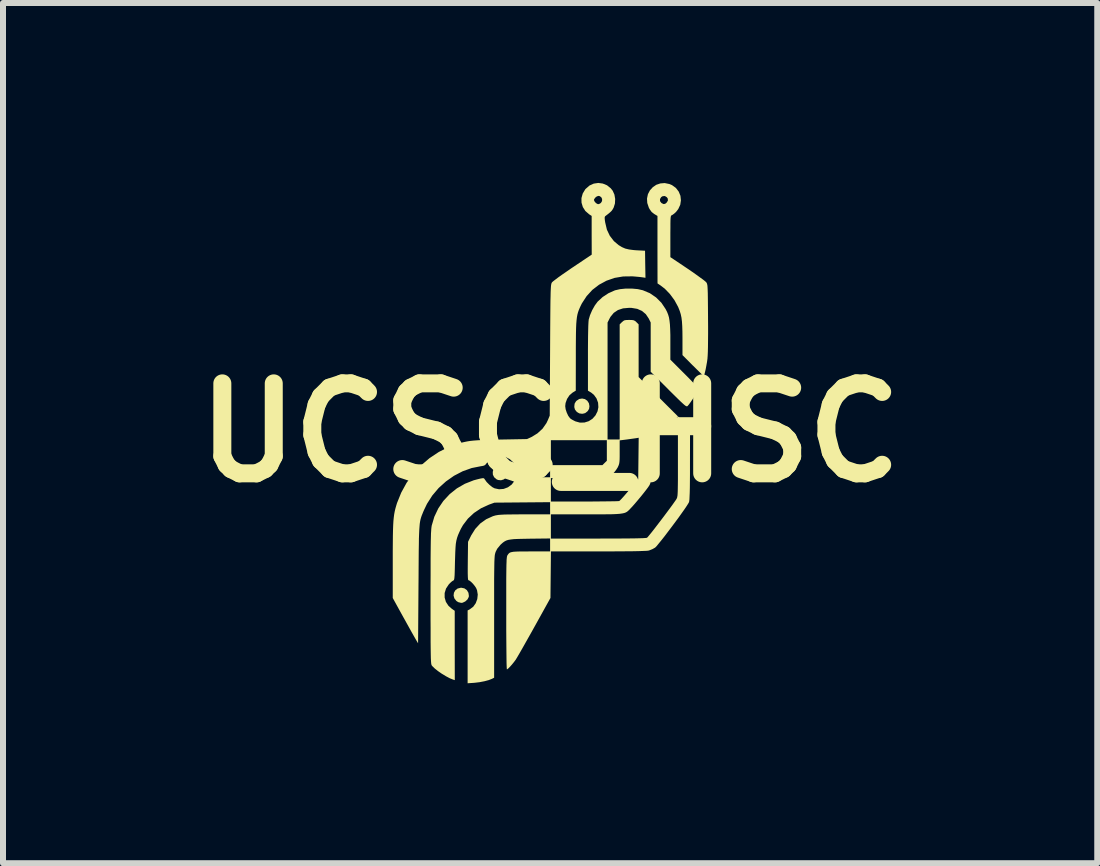
<source format=kicad_pcb>
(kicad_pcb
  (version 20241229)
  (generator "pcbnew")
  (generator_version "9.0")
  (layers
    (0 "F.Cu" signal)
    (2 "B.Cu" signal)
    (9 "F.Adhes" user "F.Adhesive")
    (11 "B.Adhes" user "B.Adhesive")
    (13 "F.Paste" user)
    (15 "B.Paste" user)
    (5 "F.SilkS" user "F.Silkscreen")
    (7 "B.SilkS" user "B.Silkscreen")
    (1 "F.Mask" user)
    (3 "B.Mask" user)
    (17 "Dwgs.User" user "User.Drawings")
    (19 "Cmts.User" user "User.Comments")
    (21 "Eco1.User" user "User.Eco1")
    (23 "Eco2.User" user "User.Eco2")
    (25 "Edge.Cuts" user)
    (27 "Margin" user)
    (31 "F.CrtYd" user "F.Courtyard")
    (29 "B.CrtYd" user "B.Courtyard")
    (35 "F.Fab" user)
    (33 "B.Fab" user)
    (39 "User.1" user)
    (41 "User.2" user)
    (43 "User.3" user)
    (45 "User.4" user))
  (footprint "UCSC_HSC"
    (layer "F.Cu")
    (at 6.121 4.163)
    (property "Reference" "UCSC_HSC" (at 0 0 0) (layer "F.SilkS") (effects (font (size 1.5 1.5) (thickness 0.3))))
    (attr board_only exclude_from_pos_files exclude_from_bom)
    (fp_poly (pts (xy -1.429 2.596) (xy -1.387 2.626) (xy -1.361 2.67) (xy -1.354 2.721) (xy -1.356 2.739) (xy -1.377 2.78) (xy -1.414 2.814) (xy -1.458 2.835) (xy -1.482 2.838) (xy -1.531 2.826) (xy -1.562 2.806) (xy -1.596 2.763) (xy -1.609 2.716) (xy -1.603 2.669) (xy -1.58 2.628) (xy -1.542 2.599) (xy -1.49 2.586) (xy -1.482 2.585)) (stroke (width 0) (type solid)) (fill yes) (layer "F.SilkS"))
    (fp_poly (pts (xy -0.79 0.548) (xy -0.756 0.567) (xy -0.743 0.579) (xy -0.713 0.623) (xy -0.704 0.67) (xy -0.714 0.714) (xy -0.738 0.752) (xy -0.773 0.78) (xy -0.818 0.794) (xy -0.867 0.789) (xy -0.894 0.777) (xy -0.933 0.743) (xy -0.954 0.7) (xy -0.956 0.654) (xy -0.943 0.609) (xy -0.914 0.572) (xy -0.872 0.548) (xy -0.833 0.542)) (stroke (width 0) (type solid)) (fill yes) (layer "F.SilkS"))
    (fp_poly (pts (xy 0.581 -0.559) (xy 0.62 -0.532) (xy 0.647 -0.49) (xy 0.656 -0.441) (xy 0.65 -0.398) (xy 0.631 -0.365) (xy 0.619 -0.352) (xy 0.585 -0.326) (xy 0.547 -0.316) (xy 0.53 -0.315) (xy 0.487 -0.321) (xy 0.453 -0.341) (xy 0.44 -0.352) (xy 0.414 -0.386) (xy 0.404 -0.424) (xy 0.404 -0.441) (xy 0.409 -0.484) (xy 0.429 -0.518) (xy 0.44 -0.531) (xy 0.485 -0.561) (xy 0.534 -0.569)) (stroke (width 0) (type solid)) (fill yes) (layer "F.SilkS"))
    (fp_poly (pts (xy 1.989 -4.145) (xy 2.032 -4.127) (xy 2.097 -4.08) (xy 2.144 -4.019) (xy 2.173 -3.949) (xy 2.181 -3.874) (xy 2.17 -3.799) (xy 2.137 -3.728) (xy 2.098 -3.678) (xy 2.067 -3.65) (xy 2.039 -3.63) (xy 2.029 -3.625) (xy 2.022 -3.622) (xy 2.016 -3.614) (xy 2.012 -3.6) (xy 2.009 -3.576) (xy 2.007 -3.54) (xy 2.006 -3.488) (xy 2.006 -3.419) (xy 2.005 -3.328) (xy 2.005 -3.272) (xy 2.005 -2.926) (xy 2.292 -2.734) (xy 2.368 -2.682) (xy 2.439 -2.632) (xy 2.501 -2.587) (xy 2.552 -2.55) (xy 2.587 -2.522) (xy 2.604 -2.506) (xy 2.61 -2.496) (xy 2.615 -2.486) (xy 2.619 -2.471) (xy 2.623 -2.45) (xy 2.625 -2.42) (xy 2.627 -2.38) (xy 2.629 -2.326) (xy 2.63 -2.257) (xy 2.631 -2.169) (xy 2.632 -2.062) (xy 2.633 -1.933) (xy 2.633 -1.907) (xy 2.634 -1.771) (xy 2.634 -1.645) (xy 2.633 -1.53) (xy 2.632 -1.43) (xy 2.63 -1.346) (xy 2.627 -1.282) (xy 2.624 -1.24) (xy 2.624 -1.236) (xy 2.616 -1.178) (xy 2.605 -1.117) (xy 2.594 -1.058) (xy 2.582 -1.007) (xy 2.572 -0.969) (xy 2.563 -0.948) (xy 2.561 -0.946) (xy 2.55 -0.954) (xy 2.524 -0.978) (xy 2.487 -1.014) (xy 2.44 -1.06) (xy 2.387 -1.113) (xy 2.38 -1.119) (xy 2.207 -1.293) (xy 2.207 -1.57) (xy 2.206 -1.685) (xy 2.203 -1.778) (xy 2.198 -1.855) (xy 2.19 -1.919) (xy 2.178 -1.975) (xy 2.162 -2.027) (xy 2.141 -2.08) (xy 2.134 -2.097) (xy 2.073 -2.209) (xy 1.997 -2.312) (xy 1.912 -2.4) (xy 1.84 -2.455) (xy 1.791 -2.488) (xy 1.79 -3.051) (xy 1.79 -3.613) (xy 1.735 -3.646) (xy 1.693 -3.679) (xy 1.66 -3.725) (xy 1.646 -3.751) (xy 1.62 -3.829) (xy 1.616 -3.894) (xy 1.832 -3.894) (xy 1.833 -3.859) (xy 1.856 -3.829) (xy 1.857 -3.828) (xy 1.891 -3.811) (xy 1.918 -3.815) (xy 1.942 -3.834) (xy 1.964 -3.868) (xy 1.962 -3.902) (xy 1.947 -3.924) (xy 1.914 -3.945) (xy 1.876 -3.942) (xy 1.852 -3.927) (xy 1.832 -3.894) (xy 1.616 -3.894) (xy 1.616 -3.905) (xy 1.631 -3.976) (xy 1.664 -4.039) (xy 1.712 -4.092) (xy 1.77 -4.132) (xy 1.838 -4.155) (xy 1.911 -4.161)) (stroke (width 0) (type solid)) (fill yes) (layer "F.SilkS"))
    (fp_poly (pts (xy 0.878 -4.153) (xy 0.949 -4.124) (xy 1.011 -4.074) (xy 1.043 -4.034) (xy 1.072 -3.97) (xy 1.085 -3.896) (xy 1.081 -3.82) (xy 1.06 -3.753) (xy 1.043 -3.722) (xy 1.025 -3.697) (xy 0.999 -3.672) (xy 0.961 -3.641) (xy 0.935 -3.621) (xy 0.919 -3.609) (xy 0.911 -3.595) (xy 0.91 -3.574) (xy 0.913 -3.54) (xy 0.919 -3.503) (xy 0.947 -3.384) (xy 0.996 -3.281) (xy 1.064 -3.193) (xy 1.142 -3.127) (xy 1.198 -3.093) (xy 1.253 -3.069) (xy 1.316 -3.054) (xy 1.392 -3.044) (xy 1.444 -3.04) (xy 1.583 -3.033) (xy 1.586 -2.808) (xy 1.59 -2.582) (xy 1.536 -2.59) (xy 1.498 -2.595) (xy 1.445 -2.6) (xy 1.386 -2.605) (xy 1.368 -2.606) (xy 1.218 -2.604) (xy 1.075 -2.58) (xy 0.94 -2.533) (xy 0.816 -2.466) (xy 0.704 -2.38) (xy 0.609 -2.276) (xy 0.53 -2.155) (xy 0.511 -2.117) (xy 0.493 -2.078) (xy 0.478 -2.042) (xy 0.465 -2.005) (xy 0.455 -1.967) (xy 0.447 -1.923) (xy 0.441 -1.872) (xy 0.436 -1.811) (xy 0.433 -1.737) (xy 0.431 -1.648) (xy 0.43 -1.541) (xy 0.429 -1.414) (xy 0.429 -1.274) (xy 0.428 -0.7) (xy 0.374 -0.667) (xy 0.323 -0.623) (xy 0.283 -0.563) (xy 0.258 -0.494) (xy 0.252 -0.442) (xy 0.259 -0.39) (xy 0.278 -0.333) (xy 0.303 -0.28) (xy 0.332 -0.241) (xy 0.336 -0.237) (xy 0.362 -0.219) (xy 0.4 -0.199) (xy 0.422 -0.188) (xy 0.498 -0.167) (xy 0.573 -0.169) (xy 0.644 -0.191) (xy 0.706 -0.231) (xy 0.756 -0.287) (xy 0.791 -0.356) (xy 0.805 -0.424) (xy 0.8 -0.499) (xy 0.774 -0.57) (xy 0.731 -0.63) (xy 0.686 -0.667) (xy 0.631 -0.7) (xy 0.631 -1.256) (xy 0.631 -1.387) (xy 0.632 -1.508) (xy 0.633 -1.616) (xy 0.635 -1.71) (xy 0.637 -1.786) (xy 0.64 -1.842) (xy 0.643 -1.876) (xy 0.643 -1.881) (xy 0.665 -1.957) (xy 0.701 -2.041) (xy 0.746 -2.121) (xy 0.795 -2.187) (xy 0.796 -2.187) (xy 0.876 -2.261) (xy 0.972 -2.324) (xy 1.077 -2.371) (xy 1.082 -2.373) (xy 1.165 -2.392) (xy 1.261 -2.402) (xy 1.364 -2.402) (xy 1.462 -2.393) (xy 1.546 -2.374) (xy 1.663 -2.325) (xy 1.767 -2.254) (xy 1.856 -2.165) (xy 1.926 -2.06) (xy 1.927 -2.058) (xy 1.95 -2.013) (xy 1.968 -1.968) (xy 1.982 -1.92) (xy 1.991 -1.866) (xy 1.998 -1.802) (xy 2.002 -1.723) (xy 2.005 -1.627) (xy 2.005 -1.52) (xy 2.005 -1.217) (xy 2.24 -0.982) (xy 2.312 -0.91) (xy 2.367 -0.853) (xy 2.408 -0.81) (xy 2.437 -0.778) (xy 2.456 -0.754) (xy 2.465 -0.737) (xy 2.468 -0.724) (xy 2.467 -0.716) (xy 2.457 -0.691) (xy 2.435 -0.652) (xy 2.406 -0.604) (xy 2.373 -0.553) (xy 2.341 -0.506) (xy 2.313 -0.468) (xy 2.292 -0.444) (xy 2.29 -0.442) (xy 2.283 -0.439) (xy 2.273 -0.44) (xy 2.259 -0.447) (xy 2.238 -0.463) (xy 2.21 -0.488) (xy 2.171 -0.524) (xy 2.12 -0.574) (xy 2.055 -0.638) (xy 1.974 -0.718) (xy 1.973 -0.72) (xy 1.677 -1.015) (xy 1.677 -1.426) (xy 1.677 -1.836) (xy 1.645 -1.902) (xy 1.596 -1.975) (xy 1.532 -2.029) (xy 1.453 -2.064) (xy 1.357 -2.08) (xy 1.318 -2.081) (xy 1.216 -2.072) (xy 1.131 -2.044) (xy 1.061 -1.997) (xy 1.007 -1.931) (xy 0.991 -1.902) (xy 0.958 -1.836) (xy 0.958 -0.861) (xy 0.958 0.114) (xy 1.059 0.114) (xy 1.16 0.114) (xy 1.16 -0.846) (xy 1.16 -1.805) (xy 1.197 -1.842) (xy 1.22 -1.862) (xy 1.243 -1.874) (xy 1.274 -1.878) (xy 1.318 -1.879) (xy 1.365 -1.878) (xy 1.395 -1.873) (xy 1.418 -1.861) (xy 1.439 -1.842) (xy 1.476 -1.805) (xy 1.476 -1.366) (xy 1.476 -0.927) (xy 1.904 -0.498) (xy 2.333 -0.07) (xy 2.332 0.523) (xy 2.332 0.676) (xy 2.331 0.806) (xy 2.33 0.913) (xy 2.328 0.999) (xy 2.325 1.065) (xy 2.323 1.113) (xy 2.319 1.144) (xy 2.316 1.158) (xy 2.303 1.182) (xy 2.277 1.223) (xy 2.24 1.278) (xy 2.194 1.343) (xy 2.142 1.416) (xy 2.085 1.493) (xy 2.026 1.572) (xy 1.967 1.65) (xy 1.911 1.724) (xy 1.859 1.79) (xy 1.814 1.845) (xy 1.779 1.888) (xy 1.755 1.913) (xy 1.749 1.918) (xy 1.706 1.942) (xy 1.656 1.962) (xy 1.638 1.967) (xy 1.61 1.97) (xy 1.557 1.972) (xy 1.48 1.975) (xy 1.379 1.977) (xy 1.255 1.978) (xy 1.108 1.979) (xy 0.94 1.98) (xy 0.795 1.98) (xy 0.014 1.98) (xy 0.01 2.368) (xy 0.006 2.756) (xy -0.263 3.241) (xy -0.321 3.345) (xy -0.377 3.444) (xy -0.428 3.535) (xy -0.474 3.616) (xy -0.513 3.684) (xy -0.544 3.737) (xy -0.565 3.772) (xy -0.572 3.784) (xy -0.602 3.824) (xy -0.636 3.866) (xy -0.669 3.903) (xy -0.698 3.932) (xy -0.717 3.946) (xy -0.72 3.947) (xy -0.722 3.935) (xy -0.724 3.899) (xy -0.726 3.842) (xy -0.727 3.765) (xy -0.728 3.671) (xy -0.729 3.56) (xy -0.73 3.435) (xy -0.731 3.298) (xy -0.731 3.15) (xy -0.731 3.011) (xy -0.731 2.834) (xy -0.731 2.68) (xy -0.731 2.549) (xy -0.731 2.437) (xy -0.73 2.344) (xy -0.729 2.267) (xy -0.728 2.205) (xy -0.726 2.156) (xy -0.725 2.118) (xy -0.722 2.09) (xy -0.72 2.071) (xy -0.716 2.057) (xy -0.713 2.047) (xy -0.71 2.043) (xy -0.697 2.024) (xy -0.684 2.01) (xy -0.668 1.999) (xy -0.645 1.992) (xy -0.613 1.986) (xy -0.569 1.983) (xy -0.509 1.981) (xy -0.43 1.981) (xy -0.33 1.98) (xy -0.325 1.98) (xy 0 1.98) (xy 0 1.872) (xy 0 1.766) (xy 0.013 1.766) (xy 0.802 1.766) (xy 0.986 1.765) (xy 1.146 1.765) (xy 1.282 1.764) (xy 1.394 1.763) (xy 1.483 1.761) (xy 1.549 1.759) (xy 1.592 1.756) (xy 1.614 1.753) (xy 1.616 1.752) (xy 1.629 1.739) (xy 1.654 1.709) (xy 1.69 1.665) (xy 1.734 1.609) (xy 1.783 1.545) (xy 1.836 1.476) (xy 1.89 1.405) (xy 1.943 1.334) (xy 1.993 1.267) (xy 2.037 1.207) (xy 2.073 1.156) (xy 2.099 1.119) (xy 2.107 1.106) (xy 2.112 1.096) (xy 2.117 1.085) (xy 2.12 1.069) (xy 2.124 1.048) (xy 2.126 1.018) (xy 2.128 0.978) (xy 2.129 0.926) (xy 2.13 0.859) (xy 2.131 0.776) (xy 2.131 0.674) (xy 2.131 0.551) (xy 2.131 0.405) (xy 2.131 0.399) (xy 2.131 -0.268) (xy 2.078 -0.224) (xy 1.968 -0.144) (xy 1.848 -0.069) (xy 1.782 -0.033) (xy 1.691 0.012) (xy 1.687 0.419) (xy 1.686 0.532) (xy 1.685 0.622) (xy 1.684 0.692) (xy 1.682 0.746) (xy 1.68 0.787) (xy 1.676 0.817) (xy 1.672 0.839) (xy 1.666 0.856) (xy 1.659 0.871) (xy 1.656 0.877) (xy 1.637 0.906) (xy 1.605 0.949) (xy 1.563 1.003) (xy 1.515 1.063) (xy 1.464 1.124) (xy 1.414 1.183) (xy 1.369 1.234) (xy 1.345 1.259) (xy 1.324 1.282) (xy 1.304 1.301) (xy 1.285 1.317) (xy 1.263 1.33) (xy 1.236 1.34) (xy 1.203 1.347) (xy 1.16 1.353) (xy 1.105 1.357) (xy 1.037 1.36) (xy 0.952 1.361) (xy 0.848 1.362) (xy 0.723 1.362) (xy 0.602 1.362) (xy 0.013 1.362) (xy 0.013 1.564) (xy 0.013 1.766) (xy 0 1.766) (xy 0 1.764) (xy -0.337 1.768) (xy -0.447 1.77) (xy -0.534 1.772) (xy -0.603 1.775) (xy -0.656 1.781) (xy -0.698 1.788) (xy -0.732 1.799) (xy -0.76 1.814) (xy -0.787 1.833) (xy -0.815 1.858) (xy -0.826 1.868) (xy -0.882 1.936) (xy -0.908 1.988) (xy -0.912 2.001) (xy -0.916 2.015) (xy -0.92 2.031) (xy -0.923 2.051) (xy -0.925 2.077) (xy -0.927 2.111) (xy -0.929 2.154) (xy -0.93 2.208) (xy -0.931 2.275) (xy -0.932 2.357) (xy -0.933 2.455) (xy -0.933 2.571) (xy -0.933 2.707) (xy -0.933 2.864) (xy -0.933 3.044) (xy -0.933 3.071) (xy -0.933 4.086) (xy -0.969 4.104) (xy -1.022 4.125) (xy -1.093 4.144) (xy -1.175 4.16) (xy -1.258 4.17) (xy -1.269 4.171) (xy -1.375 4.178) (xy -1.375 3.571) (xy -1.375 2.964) (xy -1.34 2.946) (xy -1.282 2.903) (xy -1.24 2.844) (xy -1.214 2.774) (xy -1.206 2.7) (xy -1.218 2.627) (xy -1.233 2.591) (xy -1.256 2.556) (xy -1.286 2.519) (xy -1.318 2.487) (xy -1.347 2.465) (xy -1.363 2.459) (xy -1.368 2.447) (xy -1.371 2.409) (xy -1.373 2.346) (xy -1.373 2.258) (xy -1.372 2.145) (xy -1.372 2.14) (xy -1.368 1.82) (xy -1.315 1.712) (xy -1.248 1.605) (xy -1.165 1.515) (xy -1.066 1.444) (xy -0.954 1.393) (xy -0.914 1.381) (xy -0.888 1.376) (xy -0.855 1.371) (xy -0.812 1.368) (xy -0.757 1.365) (xy -0.686 1.364) (xy -0.597 1.363) (xy -0.488 1.362) (xy -0.42 1.362) (xy 0 1.362) (xy 0 1.26) (xy 0 1.159) (xy -0.463 1.163) (xy -0.927 1.167) (xy -1.019 1.2) (xy -1.152 1.261) (xy -1.269 1.339) (xy -1.37 1.433) (xy -1.452 1.541) (xy -1.488 1.604) (xy -1.514 1.66) (xy -1.535 1.708) (xy -1.551 1.754) (xy -1.563 1.801) (xy -1.572 1.855) (xy -1.577 1.918) (xy -1.581 1.996) (xy -1.584 2.093) (xy -1.586 2.153) (xy -1.588 2.249) (xy -1.59 2.323) (xy -1.592 2.377) (xy -1.595 2.415) (xy -1.598 2.44) (xy -1.603 2.455) (xy -1.609 2.463) (xy -1.615 2.466) (xy -1.636 2.479) (xy -1.665 2.505) (xy -1.689 2.53) (xy -1.735 2.599) (xy -1.758 2.674) (xy -1.758 2.749) (xy -1.737 2.822) (xy -1.694 2.887) (xy -1.64 2.935) (xy -1.59 2.97) (xy -1.59 3.548) (xy -1.589 4.126) (xy -1.617 4.117) (xy -1.672 4.095) (xy -1.736 4.061) (xy -1.804 4.02) (xy -1.869 3.975) (xy -1.924 3.931) (xy -1.964 3.892) (xy -1.967 3.888) (xy -1.972 3.882) (xy -1.976 3.875) (xy -1.979 3.865) (xy -1.982 3.85) (xy -1.984 3.829) (xy -1.986 3.801) (xy -1.988 3.763) (xy -1.989 3.715) (xy -1.99 3.654) (xy -1.991 3.579) (xy -1.992 3.489) (xy -1.992 3.381) (xy -1.992 3.254) (xy -1.993 3.107) (xy -1.993 2.938) (xy -1.993 2.748) (xy -1.993 2.551) (xy -1.992 2.377) (xy -1.992 2.224) (xy -1.992 2.093) (xy -1.991 1.98) (xy -1.99 1.884) (xy -1.989 1.804) (xy -1.987 1.737) (xy -1.986 1.683) (xy -1.983 1.64) (xy -1.981 1.606) (xy -1.978 1.579) (xy -1.975 1.558) (xy -1.974 1.551) (xy -1.93 1.402) (xy -1.864 1.263) (xy -1.786 1.148) (xy 0.013 1.148) (xy 0.573 1.148) (xy 0.69 1.148) (xy 0.799 1.147) (xy 0.899 1.146) (xy 0.986 1.145) (xy 1.057 1.144) (xy 1.11 1.143) (xy 1.143 1.141) (xy 1.152 1.14) (xy 1.166 1.129) (xy 1.193 1.101) (xy 1.23 1.06) (xy 1.274 1.009) (xy 1.32 0.955) (xy 1.469 0.777) (xy 1.473 0.431) (xy 1.477 0.085) (xy 1.429 0.093) (xy 1.394 0.098) (xy 1.343 0.105) (xy 1.286 0.113) (xy 1.271 0.115) (xy 1.16 0.129) (xy 1.16 0.321) (xy 1.16 0.395) (xy 1.159 0.45) (xy 1.156 0.489) (xy 1.151 0.519) (xy 1.143 0.544) (xy 1.132 0.569) (xy 1.128 0.578) (xy 1.1 0.622) (xy 1.067 0.664) (xy 1.049 0.681) (xy 1.025 0.7) (xy 1.002 0.715) (xy 0.976 0.728) (xy 0.946 0.737) (xy 0.907 0.745) (xy 0.859 0.75) (xy 0.797 0.753) (xy 0.719 0.755) (xy 0.623 0.756) (xy 0.506 0.757) (xy 0.452 0.757) (xy 0.013 0.757) (xy 0.013 0.952) (xy 0.013 1.148) (xy -1.786 1.148) (xy -1.778 1.137) (xy -1.674 1.025) (xy -1.554 0.929) (xy -1.42 0.852) (xy -1.273 0.794) (xy -1.217 0.779) (xy -1.164 0.766) (xy -1.131 0.76) (xy -1.111 0.759) (xy -1.1 0.764) (xy -1.093 0.774) (xy -1.092 0.775) (xy -1.058 0.823) (xy -1.012 0.869) (xy -0.964 0.908) (xy -0.926 0.928) (xy -0.851 0.944) (xy -0.774 0.938) (xy -0.703 0.911) (xy -0.641 0.866) (xy -0.595 0.807) (xy -0.561 0.744) (xy -0.281 0.744) (xy 0 0.744) (xy 0 0.643) (xy 0 0.542) (xy -0.288 0.542) (xy -0.576 0.542) (xy -0.615 0.494) (xy -0.672 0.442) (xy -0.742 0.406) (xy -0.818 0.391) (xy -0.83 0.391) (xy -0.897 0.401) (xy -0.963 0.427) (xy -1.02 0.466) (xy -1.054 0.504) (xy -1.077 0.533) (xy -1.1 0.549) (xy -1.135 0.557) (xy -1.151 0.559) (xy -1.307 0.59) (xy -1.458 0.644) (xy -1.602 0.719) (xy -1.736 0.813) (xy -1.858 0.923) (xy -1.964 1.048) (xy -2.052 1.186) (xy -2.1 1.286) (xy -2.116 1.322) (xy -2.129 1.355) (xy -2.141 1.384) (xy -2.151 1.414) (xy -2.16 1.445) (xy -2.167 1.479) (xy -2.173 1.518) (xy -2.177 1.565) (xy -2.181 1.62) (xy -2.184 1.687) (xy -2.187 1.766) (xy -2.188 1.86) (xy -2.19 1.97) (xy -2.191 2.099) (xy -2.192 2.248) (xy -2.193 2.42) (xy -2.194 2.529) (xy -2.201 3.512) (xy -2.234 3.456) (xy -2.249 3.43) (xy -2.274 3.386) (xy -2.308 3.326) (xy -2.348 3.254) (xy -2.392 3.175) (xy -2.439 3.09) (xy -2.446 3.078) (xy -2.623 2.757) (xy -2.623 2.131) (xy -2.623 1.973) (xy -2.622 1.838) (xy -2.621 1.722) (xy -2.619 1.625) (xy -2.616 1.542) (xy -2.612 1.472) (xy -2.606 1.412) (xy -2.599 1.359) (xy -2.59 1.311) (xy -2.579 1.265) (xy -2.566 1.219) (xy -2.552 1.173) (xy -2.482 1) (xy -2.392 0.836) (xy -2.281 0.685) (xy -2.153 0.547) (xy -2.01 0.425) (xy -1.855 0.322) (xy -1.688 0.238) (xy -1.533 0.183) (xy -1.48 0.168) (xy -1.43 0.156) (xy -1.381 0.146) (xy -1.33 0.138) (xy -1.273 0.132) (xy -1.206 0.127) (xy -1.189 0.126) (xy 0.013 0.126) (xy 0.013 0.334) (xy 0.013 0.542) (xy 0.442 0.542) (xy 0.872 0.542) (xy 0.909 0.505) (xy 0.946 0.469) (xy 0.946 0.297) (xy 0.946 0.126) (xy 0.479 0.126) (xy 0.013 0.126) (xy -1.189 0.126) (xy -1.127 0.123) (xy -1.032 0.12) (xy -0.917 0.117) (xy -0.826 0.115) (xy -0.385 0.107) (xy -0.311 0.073) (xy -0.211 0.012) (xy -0.126 -0.066) (xy -0.061 -0.159) (xy -0.035 -0.214) (xy -0.006 -0.284) (xy 0 -1.377) (xy 0.001 -1.568) (xy 0.002 -1.736) (xy 0.003 -1.881) (xy 0.004 -2.006) (xy 0.005 -2.113) (xy 0.006 -2.202) (xy 0.008 -2.275) (xy 0.009 -2.335) (xy 0.011 -2.383) (xy 0.013 -2.42) (xy 0.015 -2.447) (xy 0.018 -2.468) (xy 0.021 -2.482) (xy 0.024 -2.492) (xy 0.028 -2.5) (xy 0.032 -2.506) (xy 0.049 -2.522) (xy 0.084 -2.549) (xy 0.134 -2.587) (xy 0.197 -2.632) (xy 0.27 -2.682) (xy 0.349 -2.737) (xy 0.376 -2.755) (xy 0.694 -2.968) (xy 0.693 -3.291) (xy 0.693 -3.613) (xy 0.65 -3.641) (xy 0.588 -3.695) (xy 0.546 -3.761) (xy 0.524 -3.834) (xy 0.523 -3.878) (xy 0.731 -3.878) (xy 0.742 -3.853) (xy 0.765 -3.827) (xy 0.793 -3.811) (xy 0.803 -3.809) (xy 0.828 -3.817) (xy 0.847 -3.83) (xy 0.866 -3.861) (xy 0.867 -3.896) (xy 0.852 -3.926) (xy 0.823 -3.945) (xy 0.806 -3.947) (xy 0.778 -3.938) (xy 0.75 -3.915) (xy 0.733 -3.888) (xy 0.731 -3.878) (xy 0.523 -3.878) (xy 0.523 -3.911) (xy 0.544 -3.987) (xy 0.587 -4.058) (xy 0.595 -4.066) (xy 0.657 -4.12) (xy 0.728 -4.152) (xy 0.803 -4.163)) (stroke (width 0) (type solid)) (fill yes) (layer "F.SilkS")))
  (gr_rect
    (start -3 -3)
    (end 15.243 11.341)
    (stroke (width 0.1) (type default))
    (fill no)
    (layer "Edge.Cuts")))
</source>
